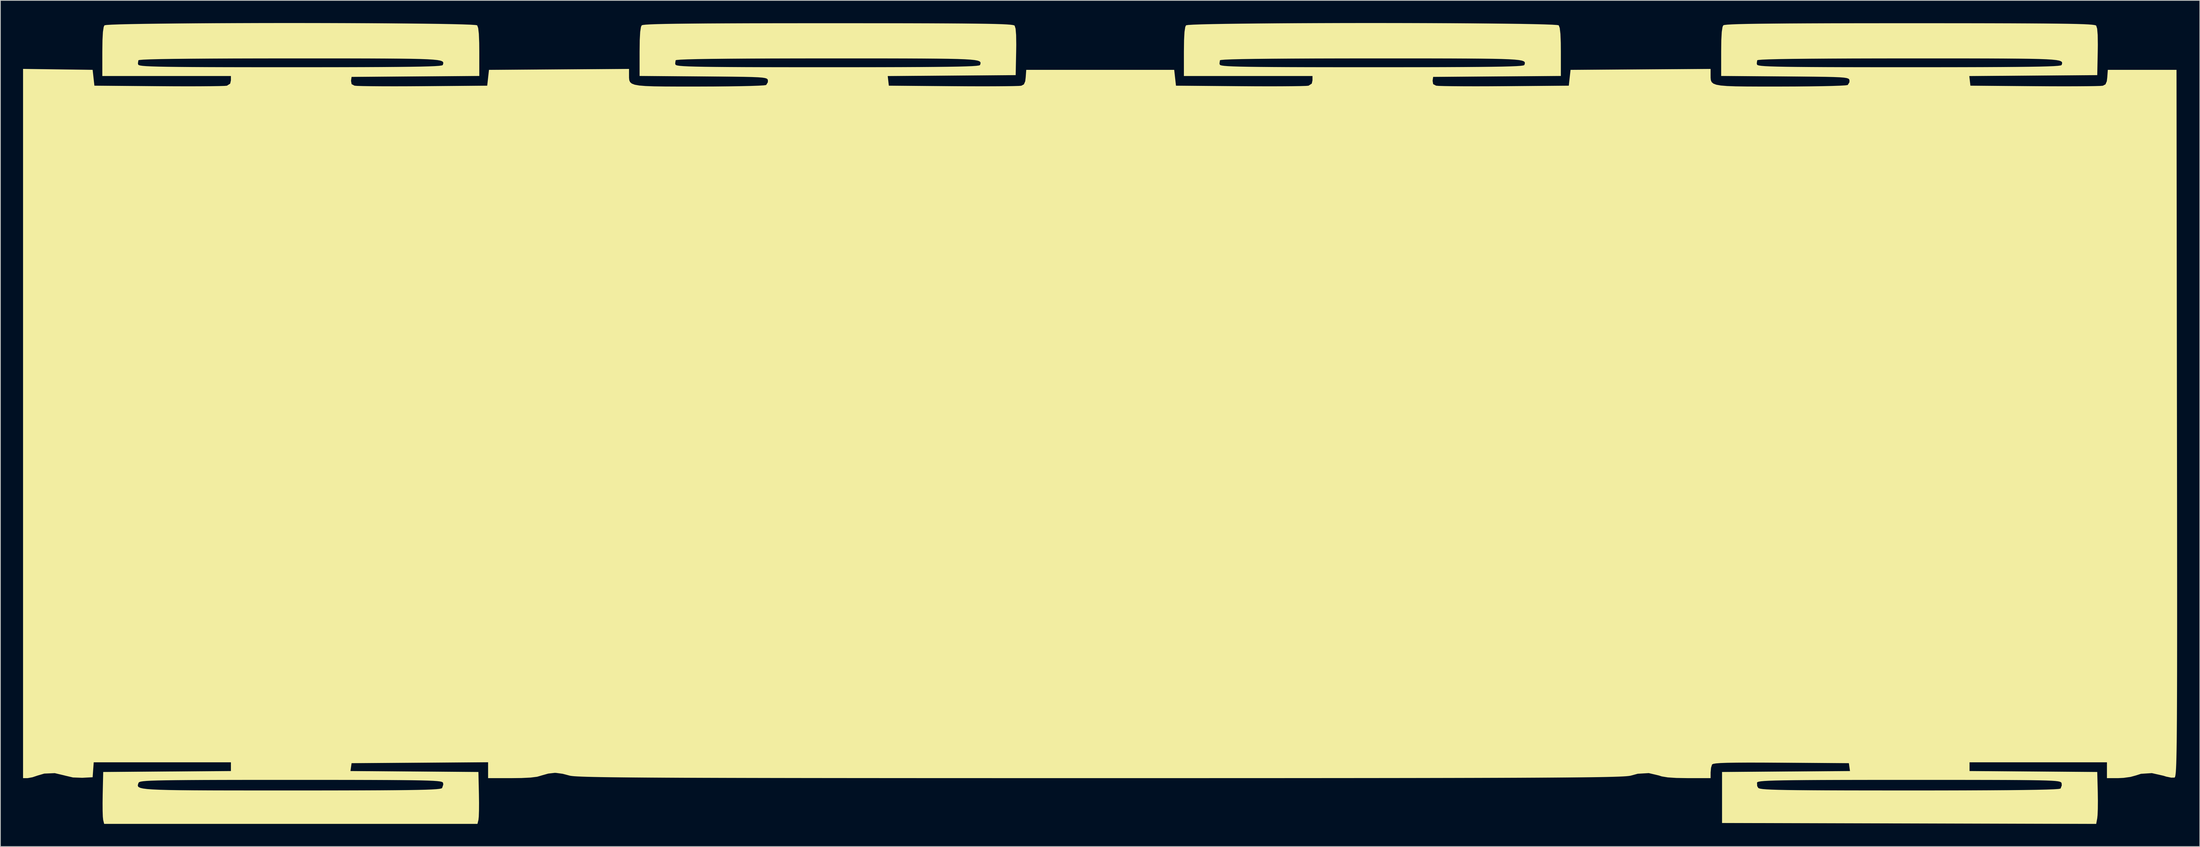
<source format=kicad_pcb>
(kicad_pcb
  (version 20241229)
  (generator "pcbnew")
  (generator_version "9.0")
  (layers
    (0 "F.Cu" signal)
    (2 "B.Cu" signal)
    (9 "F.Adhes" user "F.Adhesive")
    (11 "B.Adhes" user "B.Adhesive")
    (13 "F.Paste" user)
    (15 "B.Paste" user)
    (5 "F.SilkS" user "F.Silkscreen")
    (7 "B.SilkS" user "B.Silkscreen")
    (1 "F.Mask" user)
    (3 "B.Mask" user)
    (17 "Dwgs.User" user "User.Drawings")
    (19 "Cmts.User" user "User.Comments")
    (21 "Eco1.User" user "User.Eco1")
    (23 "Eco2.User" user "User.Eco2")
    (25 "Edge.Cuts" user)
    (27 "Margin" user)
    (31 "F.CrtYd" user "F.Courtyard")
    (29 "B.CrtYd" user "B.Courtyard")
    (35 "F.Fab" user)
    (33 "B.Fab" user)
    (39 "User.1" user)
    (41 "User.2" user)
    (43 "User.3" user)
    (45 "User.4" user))
  (footprint "outline_test_clean"
    (layer "F.Cu")
    (at 142.38 52.922)
    (property "Reference" "outline_test_clean" (at 0 0 0) (layer "F.SilkS") (effects (font (size 1.524 1.524) (thickness 0.3))))
    (attr board_only exclude_from_pos_files exclude_from_bom)
    (fp_poly (pts (xy 37.765 -52.921) (xy 40.69 -52.917) (xy 43.558 -52.909) (xy 46.329 -52.897) (xy 48.967 -52.881) (xy 51.434 -52.861) (xy 53.693 -52.837) (xy 55.706 -52.81) (xy 57.436 -52.778) (xy 58.846 -52.742) (xy 59.897 -52.703) (xy 60.553 -52.659) (xy 60.774 -52.618) (xy 60.905 -52.262) (xy 60.995 -51.489) (xy 61.043 -50.282) (xy 61.053 -49.125) (xy 61.053 -45.912) (xy 52.606 -45.851) (xy 44.159 -45.79) (xy 44.085 -45.274) (xy 44.162 -44.829) (xy 44.551 -44.626) (xy 44.903 -44.598) (xy 45.664 -44.575) (xy 46.779 -44.558) (xy 48.192 -44.548) (xy 49.847 -44.545) (xy 51.687 -44.549) (xy 53.596 -44.56) (xy 62.102 -44.625) (xy 62.218 -45.673) (xy 62.335 -46.722) (xy 80.861 -46.844) (xy 80.861 -46.042) (xy 80.863 -45.658) (xy 80.897 -45.345) (xy 81.006 -45.094) (xy 81.233 -44.899) (xy 81.62 -44.753) (xy 82.21 -44.649) (xy 83.045 -44.58) (xy 84.169 -44.538) (xy 85.623 -44.518) (xy 87.45 -44.511) (xy 89.693 -44.512) (xy 90.14 -44.512) (xy 92.1 -44.518) (xy 93.918 -44.534) (xy 95.542 -44.558) (xy 96.916 -44.589) (xy 97.986 -44.627) (xy 98.699 -44.669) (xy 99.001 -44.714) (xy 99.001 -44.715) (xy 99.227 -45.083) (xy 99.231 -45.352) (xy 99.19 -45.466) (xy 99.084 -45.56) (xy 98.87 -45.634) (xy 98.501 -45.693) (xy 97.933 -45.738) (xy 97.121 -45.772) (xy 96.02 -45.798) (xy 94.584 -45.818) (xy 92.769 -45.835) (xy 90.703 -45.851) (xy 82.259 -45.912) (xy 82.259 -47.576) (xy 86.967 -47.576) (xy 87.008 -47.41) (xy 87.079 -47.35) (xy 87.263 -47.297) (xy 87.588 -47.251) (xy 88.08 -47.212) (xy 88.769 -47.178) (xy 89.682 -47.151) (xy 90.846 -47.128) (xy 92.29 -47.11) (xy 94.042 -47.096) (xy 96.129 -47.085) (xy 98.58 -47.078) (xy 101.422 -47.074) (xy 104.683 -47.072) (xy 107.166 -47.072) (xy 110.823 -47.073) (xy 114.038 -47.077) (xy 116.836 -47.084) (xy 119.242 -47.095) (xy 121.279 -47.11) (xy 122.973 -47.129) (xy 124.348 -47.152) (xy 125.427 -47.181) (xy 126.237 -47.215) (xy 126.8 -47.254) (xy 127.143 -47.299) (xy 127.288 -47.351) (xy 127.296 -47.363) (xy 127.347 -47.515) (xy 127.367 -47.648) (xy 127.329 -47.764) (xy 127.204 -47.863) (xy 126.964 -47.948) (xy 126.581 -48.018) (xy 126.026 -48.076) (xy 125.27 -48.123) (xy 124.287 -48.16) (xy 123.046 -48.188) (xy 121.521 -48.208) (xy 119.682 -48.221) (xy 117.501 -48.23) (xy 114.95 -48.235) (xy 112.001 -48.236) (xy 108.626 -48.237) (xy 107.181 -48.237) (xy 103.186 -48.234) (xy 99.65 -48.227) (xy 96.566 -48.214) (xy 93.927 -48.197) (xy 91.725 -48.174) (xy 89.954 -48.146) (xy 88.607 -48.112) (xy 87.676 -48.073) (xy 87.155 -48.028) (xy 87.029 -47.993) (xy 86.967 -47.576) (xy 82.259 -47.576) (xy 82.259 -49.125) (xy 82.278 -50.658) (xy 82.338 -51.744) (xy 82.439 -52.4) (xy 82.538 -52.618) (xy 82.693 -52.665) (xy 83.07 -52.707) (xy 83.69 -52.744) (xy 84.575 -52.777) (xy 85.743 -52.805) (xy 87.216 -52.829) (xy 89.015 -52.848) (xy 91.159 -52.865) (xy 93.669 -52.877) (xy 96.566 -52.887) (xy 99.871 -52.893) (xy 103.603 -52.896) (xy 107.211 -52.897) (xy 111.192 -52.896) (xy 114.732 -52.894) (xy 117.855 -52.889) (xy 120.587 -52.882) (xy 122.952 -52.872) (xy 124.975 -52.86) (xy 126.681 -52.843) (xy 128.094 -52.823) (xy 129.24 -52.799) (xy 130.143 -52.771) (xy 130.828 -52.738) (xy 131.319 -52.7) (xy 131.642 -52.657) (xy 131.822 -52.608) (xy 131.872 -52.574) (xy 131.998 -52.173) (xy 132.069 -51.334) (xy 132.088 -50.046) (xy 132.075 -49.137) (xy 132.01 -46.023) (xy 115.085 -45.901) (xy 115.232 -44.625) (xy 123.738 -44.56) (xy 125.703 -44.548) (xy 127.535 -44.544) (xy 129.18 -44.547) (xy 130.58 -44.556) (xy 131.68 -44.572) (xy 132.425 -44.593) (xy 132.754 -44.619) (xy 133.098 -44.8) (xy 133.274 -45.212) (xy 133.337 -45.733) (xy 133.408 -46.722) (xy 142.496 -46.722) (xy 142.555 0.065) (xy 142.562 5.578) (xy 142.568 10.643) (xy 142.572 15.28) (xy 142.575 19.507) (xy 142.577 23.343) (xy 142.577 26.807) (xy 142.575 29.918) (xy 142.572 32.695) (xy 142.566 35.156) (xy 142.558 37.32) (xy 142.549 39.206) (xy 142.536 40.833) (xy 142.522 42.22) (xy 142.504 43.385) (xy 142.484 44.347) (xy 142.462 45.125) (xy 142.436 45.738) (xy 142.407 46.205) (xy 142.374 46.544) (xy 142.339 46.775) (xy 142.299 46.915) (xy 142.257 46.985) (xy 142.235 46.998) (xy 141.804 47.009) (xy 141.138 46.871) (xy 140.778 46.757) (xy 139.234 46.407) (xy 137.797 46.499) (xy 137.101 46.722) (xy 136.405 46.912) (xy 135.479 47.039) (xy 134.778 47.072) (xy 133.292 47.072) (xy 133.292 44.974) (xy 115.116 44.974) (xy 115.116 46.134) (xy 132.01 46.256) (xy 132.08 48.936) (xy 132.096 50.088) (xy 132.086 51.14) (xy 132.053 51.963) (xy 132.011 52.374) (xy 131.872 53.132) (xy 107.124 53.073) (xy 82.375 53.014) (xy 82.375 47.657) (xy 87.002 47.657) (xy 87.022 48.117) (xy 87.155 48.356) (xy 87.252 48.418) (xy 87.452 48.473) (xy 87.784 48.52) (xy 88.276 48.56) (xy 88.957 48.594) (xy 89.856 48.623) (xy 91.001 48.646) (xy 92.42 48.664) (xy 94.143 48.678) (xy 96.197 48.689) (xy 98.611 48.696) (xy 101.414 48.7) (xy 104.635 48.702) (xy 107.175 48.703) (xy 111.062 48.701) (xy 114.495 48.694) (xy 117.488 48.682) (xy 120.053 48.666) (xy 122.202 48.644) (xy 123.947 48.618) (xy 125.303 48.585) (xy 126.28 48.548) (xy 126.893 48.505) (xy 127.152 48.455) (xy 127.159 48.45) (xy 127.318 48.035) (xy 127.295 47.751) (xy 127.264 47.673) (xy 127.194 47.604) (xy 127.057 47.545) (xy 126.823 47.493) (xy 126.463 47.45) (xy 125.947 47.414) (xy 125.248 47.385) (xy 124.334 47.361) (xy 123.179 47.342) (xy 121.751 47.328) (xy 120.022 47.318) (xy 117.963 47.312) (xy 115.545 47.308) (xy 112.738 47.305) (xy 109.513 47.305) (xy 107.158 47.305) (xy 103.609 47.305) (xy 100.498 47.308) (xy 97.797 47.313) (xy 95.476 47.32) (xy 93.508 47.331) (xy 91.865 47.345) (xy 90.518 47.364) (xy 89.439 47.387) (xy 88.599 47.416) (xy 87.971 47.451) (xy 87.525 47.491) (xy 87.234 47.539) (xy 87.07 47.593) (xy 87.003 47.656) (xy 87.002 47.657) (xy 82.375 47.657) (xy 82.375 46.256) (xy 90.838 46.195) (xy 99.301 46.134) (xy 99.227 45.612) (xy 99.153 45.091) (xy 90.197 45.03) (xy 87.809 45.017) (xy 85.851 45.014) (xy 84.284 45.022) (xy 83.074 45.041) (xy 82.183 45.074) (xy 81.574 45.121) (xy 81.211 45.182) (xy 81.057 45.259) (xy 81.054 45.263) (xy 80.922 45.692) (xy 80.864 46.312) (xy 80.864 46.314) (xy 80.861 47.072) (xy 77.86 47.072) (xy 76.33 47.048) (xy 75.199 46.974) (xy 74.401 46.844) (xy 74.022 46.722) (xy 72.682 46.405) (xy 71.221 46.491) (xy 70.374 46.722) (xy 70.238 46.756) (xy 70.019 46.788) (xy 69.703 46.818) (xy 69.274 46.846) (xy 68.716 46.872) (xy 68.015 46.895) (xy 67.155 46.917) (xy 66.121 46.937) (xy 64.898 46.955) (xy 63.469 46.972) (xy 61.82 46.987) (xy 59.935 47) (xy 57.8 47.012) (xy 55.398 47.023) (xy 52.714 47.032) (xy 49.733 47.04) (xy 46.44 47.047) (xy 42.819 47.053) (xy 38.856 47.058) (xy 34.533 47.062) (xy 29.837 47.065) (xy 24.752 47.068) (xy 19.262 47.07) (xy 13.353 47.071) (xy 7.008 47.071) (xy 0.213 47.072) (xy 0.117 47.072) (xy -6.685 47.071) (xy -13.036 47.071) (xy -18.951 47.07) (xy -24.446 47.068) (xy -29.537 47.065) (xy -34.238 47.062) (xy -38.565 47.058) (xy -42.534 47.053) (xy -46.16 47.047) (xy -49.457 47.04) (xy -52.442 47.032) (xy -55.13 47.023) (xy -57.535 47.012) (xy -59.675 47) (xy -61.563 46.987) (xy -63.215 46.972) (xy -64.646 46.955) (xy -65.873 46.937) (xy -66.909 46.917) (xy -67.772 46.896) (xy -68.475 46.872) (xy -69.034 46.846) (xy -69.465 46.819) (xy -69.782 46.789) (xy -70.002 46.757) (xy -70.14 46.723) (xy -70.141 46.722) (xy -70.999 46.496) (xy -71.873 46.378) (xy -72.042 46.372) (xy -72.906 46.47) (xy -73.752 46.707) (xy -73.789 46.722) (xy -74.375 46.889) (xy -75.235 46.998) (xy -76.437 47.057) (xy -77.743 47.072) (xy -80.861 47.072) (xy -80.861 44.969) (xy -89.89 45.03) (xy -98.92 45.091) (xy -98.994 45.612) (xy -99.068 46.134) (xy -90.605 46.195) (xy -82.142 46.256) (xy -82.075 49.169) (xy -82.059 50.334) (xy -82.065 51.368) (xy -82.092 52.16) (xy -82.136 52.6) (xy -82.138 52.606) (xy -82.268 53.13) (xy -131.652 53.13) (xy -131.782 52.606) (xy -131.827 52.177) (xy -131.854 51.392) (xy -131.86 50.363) (xy -131.845 49.2) (xy -131.844 49.169) (xy -131.818 48.016) (xy -127.2 48.016) (xy -127.181 48.15) (xy -127.076 48.266) (xy -126.857 48.365) (xy -126.497 48.447) (xy -125.967 48.515) (xy -125.238 48.569) (xy -124.284 48.612) (xy -123.076 48.645) (xy -121.585 48.669) (xy -119.784 48.685) (xy -117.644 48.695) (xy -115.137 48.7) (xy -112.236 48.702) (xy -108.912 48.703) (xy -106.96 48.703) (xy -103.389 48.702) (xy -100.258 48.698) (xy -97.538 48.692) (xy -95.202 48.683) (xy -93.222 48.67) (xy -91.572 48.653) (xy -90.224 48.631) (xy -89.15 48.605) (xy -88.324 48.573) (xy -87.717 48.535) (xy -87.304 48.491) (xy -87.055 48.441) (xy -86.944 48.383) (xy -86.944 48.383) (xy -86.787 47.913) (xy -86.824 47.684) (xy -86.879 47.617) (xy -87.009 47.558) (xy -87.242 47.507) (xy -87.608 47.464) (xy -88.135 47.427) (xy -88.852 47.396) (xy -89.788 47.371) (xy -90.972 47.35) (xy -92.432 47.335) (xy -94.198 47.323) (xy -96.298 47.315) (xy -98.761 47.309) (xy -101.616 47.306) (xy -104.892 47.305) (xy -106.96 47.305) (xy -110.488 47.305) (xy -113.58 47.307) (xy -116.263 47.311) (xy -118.567 47.318) (xy -120.519 47.328) (xy -122.15 47.341) (xy -123.488 47.359) (xy -124.562 47.381) (xy -125.401 47.408) (xy -126.033 47.442) (xy -126.487 47.482) (xy -126.792 47.528) (xy -126.977 47.582) (xy -127.072 47.644) (xy -127.096 47.684) (xy -127.163 47.86) (xy -127.2 48.016) (xy -131.818 48.016) (xy -131.777 46.256) (xy -123.33 46.195) (xy -114.883 46.134) (xy -114.883 44.974) (xy -133.032 44.974) (xy -133.104 45.965) (xy -133.175 46.955) (xy -134.547 47.026) (xy -135.778 46.983) (xy -136.801 46.744) (xy -136.824 46.735) (xy -138.184 46.411) (xy -139.576 46.47) (xy -140.435 46.722) (xy -141.137 46.956) (xy -141.759 47.069) (xy -141.826 47.072) (xy -142.38 47.072) (xy -142.38 -46.848) (xy -137.778 -46.785) (xy -133.175 -46.722) (xy -133.059 -45.673) (xy -132.942 -44.625) (xy -124.437 -44.56) (xy -122.471 -44.548) (xy -120.637 -44.544) (xy -118.991 -44.547) (xy -117.588 -44.557) (xy -116.486 -44.574) (xy -115.739 -44.596) (xy -115.407 -44.623) (xy -114.98 -44.897) (xy -114.883 -45.328) (xy -114.883 -45.906) (xy -131.894 -45.906) (xy -131.894 -47.576) (xy -127.185 -47.576) (xy -127.144 -47.41) (xy -127.073 -47.35) (xy -126.889 -47.297) (xy -126.565 -47.251) (xy -126.072 -47.212) (xy -125.383 -47.178) (xy -124.471 -47.151) (xy -123.306 -47.128) (xy -121.862 -47.11) (xy -120.11 -47.096) (xy -118.023 -47.085) (xy -115.572 -47.078) (xy -112.73 -47.074) (xy -109.469 -47.072) (xy -106.986 -47.072) (xy -103.329 -47.073) (xy -100.114 -47.077) (xy -97.316 -47.084) (xy -94.91 -47.095) (xy -92.873 -47.11) (xy -91.179 -47.129) (xy -89.805 -47.152) (xy -88.725 -47.181) (xy -87.915 -47.215) (xy -87.352 -47.254) (xy -87.01 -47.299) (xy -86.864 -47.351) (xy -86.856 -47.363) (xy -86.806 -47.515) (xy -86.785 -47.648) (xy -86.823 -47.764) (xy -86.948 -47.863) (xy -87.188 -47.948) (xy -87.571 -48.018) (xy -88.127 -48.076) (xy -88.882 -48.123) (xy -89.866 -48.16) (xy -91.106 -48.188) (xy -92.632 -48.208) (xy -94.471 -48.221) (xy -96.651 -48.23) (xy -99.202 -48.235) (xy -102.151 -48.236) (xy -105.526 -48.237) (xy -106.971 -48.237) (xy -110.966 -48.234) (xy -114.502 -48.227) (xy -117.586 -48.214) (xy -120.225 -48.197) (xy -122.427 -48.174) (xy -124.198 -48.146) (xy -125.545 -48.112) (xy -126.476 -48.073) (xy -126.998 -48.028) (xy -127.123 -47.993) (xy -127.185 -47.576) (xy -131.894 -47.576) (xy -131.894 -49.122) (xy -131.874 -50.656) (xy -131.815 -51.742) (xy -131.714 -52.399) (xy -131.614 -52.618) (xy -131.338 -52.665) (xy -130.634 -52.708) (xy -129.539 -52.747) (xy -128.09 -52.782) (xy -126.324 -52.813) (xy -124.28 -52.84) (xy -121.995 -52.864) (xy -119.506 -52.883) (xy -116.85 -52.899) (xy -114.066 -52.91) (xy -111.19 -52.918) (xy -108.26 -52.922) (xy -105.314 -52.921) (xy -102.388 -52.917) (xy -99.521 -52.909) (xy -96.75 -52.897) (xy -94.112 -52.881) (xy -91.645 -52.861) (xy -89.386 -52.837) (xy -87.373 -52.81) (xy -85.643 -52.778) (xy -84.233 -52.742) (xy -83.182 -52.703) (xy -82.526 -52.659) (xy -82.305 -52.618) (xy -82.174 -52.262) (xy -82.084 -51.489) (xy -82.036 -50.282) (xy -82.026 -49.125) (xy -82.026 -45.912) (xy -90.473 -45.851) (xy -98.92 -45.79) (xy -98.994 -45.274) (xy -98.917 -44.829) (xy -98.528 -44.626) (xy -98.176 -44.598) (xy -97.415 -44.575) (xy -96.3 -44.558) (xy -94.887 -44.548) (xy -93.232 -44.545) (xy -91.392 -44.549) (xy -89.483 -44.56) (xy -80.977 -44.625) (xy -80.861 -45.673) (xy -80.744 -46.722) (xy -62.218 -46.844) (xy -62.218 -46.042) (xy -62.216 -45.658) (xy -62.182 -45.345) (xy -62.073 -45.094) (xy -61.846 -44.899) (xy -61.459 -44.753) (xy -60.869 -44.649) (xy -60.033 -44.58) (xy -58.91 -44.538) (xy -57.456 -44.518) (xy -55.629 -44.511) (xy -53.386 -44.512) (xy -52.939 -44.512) (xy -50.979 -44.518) (xy -49.16 -44.534) (xy -47.537 -44.558) (xy -46.163 -44.589) (xy -45.093 -44.627) (xy -44.38 -44.669) (xy -44.078 -44.714) (xy -44.078 -44.715) (xy -43.852 -45.083) (xy -43.848 -45.352) (xy -43.889 -45.466) (xy -43.994 -45.56) (xy -44.209 -45.634) (xy -44.578 -45.693) (xy -45.146 -45.738) (xy -45.958 -45.772) (xy -47.059 -45.798) (xy -48.495 -45.818) (xy -50.309 -45.835) (xy -52.376 -45.851) (xy -60.82 -45.912) (xy -60.82 -47.576) (xy -56.112 -47.576) (xy -56.071 -47.41) (xy -56 -47.35) (xy -55.816 -47.297) (xy -55.491 -47.251) (xy -54.999 -47.212) (xy -54.31 -47.178) (xy -53.397 -47.151) (xy -52.233 -47.128) (xy -50.789 -47.11) (xy -49.037 -47.096) (xy -46.949 -47.085) (xy -44.499 -47.078) (xy -41.657 -47.074) (xy -38.396 -47.072) (xy -35.913 -47.072) (xy -32.256 -47.073) (xy -29.041 -47.077) (xy -26.242 -47.084) (xy -23.837 -47.095) (xy -21.799 -47.11) (xy -20.106 -47.129) (xy -18.731 -47.152) (xy -17.651 -47.181) (xy -16.842 -47.215) (xy -16.278 -47.254) (xy -15.936 -47.299) (xy -15.791 -47.351) (xy -15.783 -47.363) (xy -15.732 -47.515) (xy -15.712 -47.648) (xy -15.75 -47.764) (xy -15.875 -47.863) (xy -16.115 -47.948) (xy -16.498 -48.018) (xy -17.053 -48.076) (xy -17.809 -48.123) (xy -18.792 -48.16) (xy -20.033 -48.188) (xy -21.558 -48.208) (xy -23.397 -48.221) (xy -25.578 -48.23) (xy -28.128 -48.235) (xy -31.077 -48.236) (xy -34.453 -48.237) (xy -35.897 -48.237) (xy -39.892 -48.234) (xy -43.428 -48.227) (xy -46.513 -48.214) (xy -49.152 -48.197) (xy -51.354 -48.174) (xy -53.125 -48.146) (xy -54.472 -48.112) (xy -55.403 -48.073) (xy -55.924 -48.028) (xy -56.05 -47.993) (xy -56.112 -47.576) (xy -60.82 -47.576) (xy -60.82 -49.125) (xy -60.801 -50.658) (xy -60.741 -51.744) (xy -60.64 -52.4) (xy -60.541 -52.618) (xy -60.386 -52.665) (xy -60.009 -52.707) (xy -59.389 -52.744) (xy -58.504 -52.777) (xy -57.336 -52.805) (xy -55.863 -52.829) (xy -54.064 -52.848) (xy -51.92 -52.865) (xy -49.41 -52.877) (xy -46.512 -52.887) (xy -43.208 -52.893) (xy -39.476 -52.896) (xy -35.868 -52.897) (xy -31.887 -52.896) (xy -28.347 -52.894) (xy -25.223 -52.889) (xy -22.492 -52.882) (xy -20.127 -52.872) (xy -18.104 -52.86) (xy -16.398 -52.843) (xy -14.985 -52.823) (xy -13.839 -52.799) (xy -12.936 -52.771) (xy -12.251 -52.738) (xy -11.76 -52.7) (xy -11.437 -52.657) (xy -11.257 -52.608) (xy -11.207 -52.574) (xy -11.081 -52.173) (xy -11.01 -51.334) (xy -10.991 -50.046) (xy -11.004 -49.137) (xy -11.069 -46.023) (xy -27.994 -45.901) (xy -27.847 -44.625) (xy -19.341 -44.56) (xy -17.376 -44.548) (xy -15.544 -44.544) (xy -13.899 -44.547) (xy -12.499 -44.556) (xy -11.399 -44.572) (xy -10.654 -44.593) (xy -10.325 -44.619) (xy -9.981 -44.8) (xy -9.805 -45.212) (xy -9.742 -45.733) (xy -9.671 -46.722) (xy 9.904 -46.722) (xy 10.02 -45.673) (xy 10.137 -44.625) (xy 18.642 -44.56) (xy 20.608 -44.548) (xy 22.442 -44.544) (xy 24.088 -44.547) (xy 25.49 -44.557) (xy 26.593 -44.574) (xy 27.34 -44.596) (xy 27.672 -44.623) (xy 28.099 -44.897) (xy 28.196 -45.328) (xy 28.196 -45.906) (xy 11.185 -45.906) (xy 11.185 -47.576) (xy 15.894 -47.576) (xy 15.934 -47.41) (xy 16.006 -47.35) (xy 16.19 -47.297) (xy 16.514 -47.251) (xy 17.007 -47.212) (xy 17.695 -47.178) (xy 18.608 -47.151) (xy 19.773 -47.128) (xy 21.217 -47.11) (xy 22.969 -47.096) (xy 25.056 -47.085) (xy 27.507 -47.078) (xy 30.349 -47.074) (xy 33.61 -47.072) (xy 36.093 -47.072) (xy 39.749 -47.073) (xy 42.965 -47.077) (xy 45.763 -47.084) (xy 48.169 -47.095) (xy 50.206 -47.11) (xy 51.9 -47.129) (xy 53.274 -47.152) (xy 54.354 -47.181) (xy 55.163 -47.215) (xy 55.727 -47.254) (xy 56.069 -47.299) (xy 56.215 -47.351) (xy 56.222 -47.363) (xy 56.273 -47.515) (xy 56.294 -47.648) (xy 56.256 -47.764) (xy 56.131 -47.863) (xy 55.891 -47.948) (xy 55.508 -48.018) (xy 54.952 -48.076) (xy 54.197 -48.123) (xy 53.213 -48.16) (xy 51.973 -48.188) (xy 50.447 -48.208) (xy 48.608 -48.221) (xy 46.428 -48.23) (xy 43.877 -48.235) (xy 40.928 -48.236) (xy 37.552 -48.237) (xy 36.108 -48.237) (xy 32.113 -48.234) (xy 28.577 -48.227) (xy 25.493 -48.214) (xy 22.854 -48.197) (xy 20.652 -48.174) (xy 18.881 -48.146) (xy 17.534 -48.112) (xy 16.603 -48.073) (xy 16.081 -48.028) (xy 15.955 -47.993) (xy 15.894 -47.576) (xy 11.185 -47.576) (xy 11.185 -49.122) (xy 11.205 -50.656) (xy 11.264 -51.742) (xy 11.365 -52.399) (xy 11.465 -52.618) (xy 11.741 -52.665) (xy 12.445 -52.708) (xy 13.54 -52.747) (xy 14.989 -52.782) (xy 16.755 -52.813) (xy 18.799 -52.84) (xy 21.084 -52.864) (xy 23.573 -52.883) (xy 26.229 -52.899) (xy 29.013 -52.91) (xy 31.889 -52.918) (xy 34.819 -52.922)) (stroke (width 0) (type solid)) (fill yes) (layer "F.SilkS")))
  (gr_rect
    (start -3 -3)
    (end 287.957 109.054)
    (stroke (width 0.1) (type default))
    (fill no)
    (layer "Edge.Cuts")))
</source>
